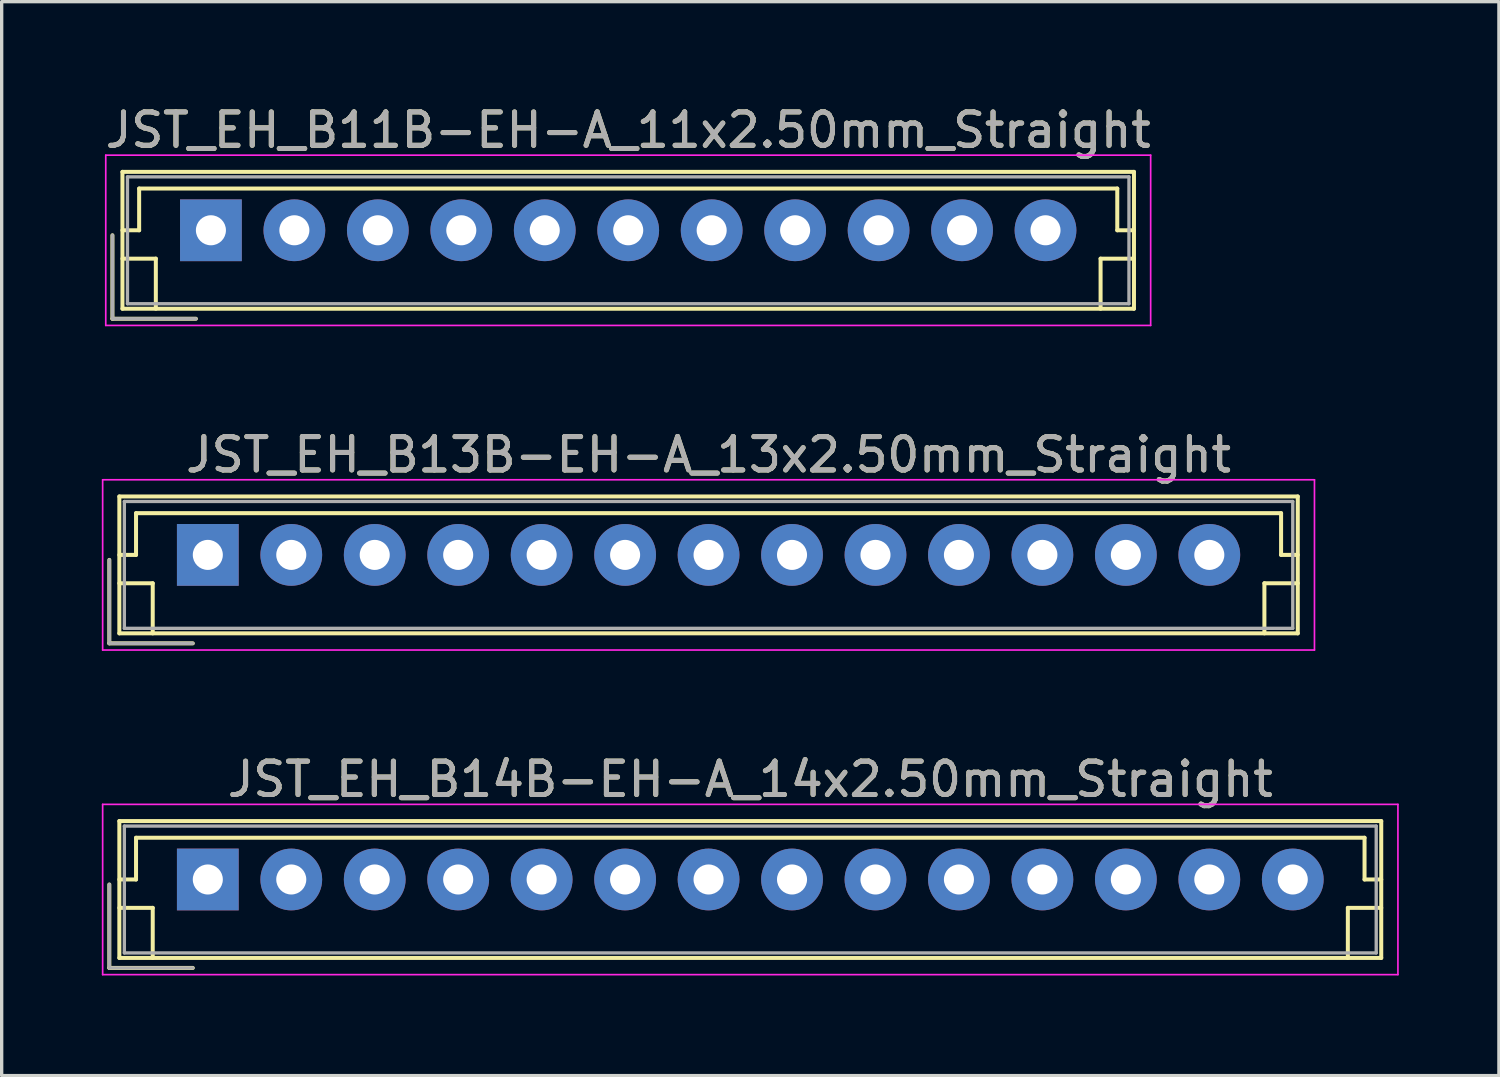
<source format=kicad_pcb>
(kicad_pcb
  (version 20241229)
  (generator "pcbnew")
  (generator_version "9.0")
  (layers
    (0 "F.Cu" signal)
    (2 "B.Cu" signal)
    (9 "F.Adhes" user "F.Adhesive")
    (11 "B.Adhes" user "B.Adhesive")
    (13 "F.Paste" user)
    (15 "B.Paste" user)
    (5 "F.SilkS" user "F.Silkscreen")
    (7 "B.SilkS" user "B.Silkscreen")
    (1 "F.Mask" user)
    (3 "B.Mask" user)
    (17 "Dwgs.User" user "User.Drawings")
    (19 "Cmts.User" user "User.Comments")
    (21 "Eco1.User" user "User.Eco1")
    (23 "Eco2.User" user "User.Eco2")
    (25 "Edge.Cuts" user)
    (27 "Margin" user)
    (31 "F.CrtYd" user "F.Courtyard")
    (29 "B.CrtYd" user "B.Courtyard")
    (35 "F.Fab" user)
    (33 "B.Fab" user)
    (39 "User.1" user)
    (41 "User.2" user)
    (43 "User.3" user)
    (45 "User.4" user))
  (footprint "JST_EH_B14B-EH-A_14x2.50mm_Straight"
    (layer "F.Cu")
    (at 3.175 23.295)
    (property "Reference" "JST_EH_B14B-EH-A_14x2.50mm_Straight" (at 16.25 -3 0) (layer "F.SilkS") (effects (font (size 1 1) (thickness 0.15))))
    (attr through_hole)
    (fp_line (start -2.95 0.15) (end -2.95 2.65) (stroke (width 0.12) (type solid)) (layer "F.SilkS"))
    (fp_line (start -2.95 2.65) (end -0.45 2.65) (stroke (width 0.12) (type solid)) (layer "F.SilkS"))
    (fp_line (start -2.65 -1.75) (end -2.65 2.35) (stroke (width 0.12) (type solid)) (layer "F.SilkS"))
    (fp_line (start -2.65 0) (end -2.15 0) (stroke (width 0.12) (type solid)) (layer "F.SilkS"))
    (fp_line (start -2.65 0.85) (end -1.65 0.85) (stroke (width 0.12) (type solid)) (layer "F.SilkS"))
    (fp_line (start -2.65 2.35) (end 35.15 2.35) (stroke (width 0.12) (type solid)) (layer "F.SilkS"))
    (fp_line (start -2.15 -1.25) (end 34.65 -1.25) (stroke (width 0.12) (type solid)) (layer "F.SilkS"))
    (fp_line (start -2.15 0) (end -2.15 -1.25) (stroke (width 0.12) (type solid)) (layer "F.SilkS"))
    (fp_line (start -1.65 0.85) (end -1.65 2.35) (stroke (width 0.12) (type solid)) (layer "F.SilkS"))
    (fp_line (start 34.15 0.85) (end 34.15 2.35) (stroke (width 0.12) (type solid)) (layer "F.SilkS"))
    (fp_line (start 34.65 -1.25) (end 34.65 0) (stroke (width 0.12) (type solid)) (layer "F.SilkS"))
    (fp_line (start 34.65 0) (end 35.15 0) (stroke (width 0.12) (type solid)) (layer "F.SilkS"))
    (fp_line (start 35.15 -1.75) (end -2.65 -1.75) (stroke (width 0.12) (type solid)) (layer "F.SilkS"))
    (fp_line (start 35.15 0.85) (end 34.15 0.85) (stroke (width 0.12) (type solid)) (layer "F.SilkS"))
    (fp_line (start 35.15 2.35) (end 35.15 -1.75) (stroke (width 0.12) (type solid)) (layer "F.SilkS"))
    (fp_line (start -3.15 -2.25) (end -3.15 2.85) (stroke (width 0.05) (type solid)) (layer "F.CrtYd"))
    (fp_line (start -3.15 2.85) (end 35.65 2.85) (stroke (width 0.05) (type solid)) (layer "F.CrtYd"))
    (fp_line (start 35.65 -2.25) (end -3.15 -2.25) (stroke (width 0.05) (type solid)) (layer "F.CrtYd"))
    (fp_line (start 35.65 2.85) (end 35.65 -2.25) (stroke (width 0.05) (type solid)) (layer "F.CrtYd"))
    (fp_line (start -2.95 0.15) (end -2.95 2.65) (stroke (width 0.1) (type solid)) (layer "F.Fab"))
    (fp_line (start -2.95 2.65) (end -0.45 2.65) (stroke (width 0.1) (type solid)) (layer "F.Fab"))
    (fp_line (start -2.5 -1.6) (end -2.5 2.2) (stroke (width 0.1) (type solid)) (layer "F.Fab"))
    (fp_line (start -2.5 2.2) (end 35 2.2) (stroke (width 0.1) (type solid)) (layer "F.Fab"))
    (fp_line (start 35 -1.6) (end -2.5 -1.6) (stroke (width 0.1) (type solid)) (layer "F.Fab"))
    (fp_line (start 35 2.2) (end 35 -1.6) (stroke (width 0.1) (type solid)) (layer "F.Fab"))
    (fp_text user "${REFERENCE}" (at 16.25 -3 0) (layer "F.Fab") (effects (font (size 1 1) (thickness 0.15))))
    (pad "1" thru_hole rect (at 0 0) (size 1.85 1.85) (drill 0.9) (layers "*.Cu" "*.Mask"))
    (pad "2" thru_hole circle (at 2.5 0) (size 1.85 1.85) (drill 0.9) (layers "*.Cu" "*.Mask"))
    (pad "3" thru_hole circle (at 5 0) (size 1.85 1.85) (drill 0.9) (layers "*.Cu" "*.Mask"))
    (pad "4" thru_hole circle (at 7.5 0) (size 1.85 1.85) (drill 0.9) (layers "*.Cu" "*.Mask"))
    (pad "5" thru_hole circle (at 10 0) (size 1.85 1.85) (drill 0.9) (layers "*.Cu" "*.Mask"))
    (pad "6" thru_hole circle (at 12.5 0) (size 1.85 1.85) (drill 0.9) (layers "*.Cu" "*.Mask"))
    (pad "7" thru_hole circle (at 15 0) (size 1.85 1.85) (drill 0.9) (layers "*.Cu" "*.Mask"))
    (pad "8" thru_hole circle (at 17.5 0) (size 1.85 1.85) (drill 0.9) (layers "*.Cu" "*.Mask"))
    (pad "9" thru_hole circle (at 20 0) (size 1.85 1.85) (drill 0.9) (layers "*.Cu" "*.Mask"))
    (pad "10" thru_hole circle (at 22.5 0) (size 1.85 1.85) (drill 0.9) (layers "*.Cu" "*.Mask"))
    (pad "11" thru_hole circle (at 25 0) (size 1.85 1.85) (drill 0.9) (layers "*.Cu" "*.Mask"))
    (pad "12" thru_hole circle (at 27.5 0) (size 1.85 1.85) (drill 0.9) (layers "*.Cu" "*.Mask"))
    (pad "13" thru_hole circle (at 30 0) (size 1.85 1.85) (drill 0.9) (layers "*.Cu" "*.Mask"))
    (pad "14" thru_hole circle (at 32.5 0) (size 1.85 1.85) (drill 0.9) (layers "*.Cu" "*.Mask")))
  (footprint "JST_EH_B13B-EH-A_13x2.50mm_Straight"
    (layer "F.Cu")
    (at 3.175 13.572)
    (property "Reference" "JST_EH_B13B-EH-A_13x2.50mm_Straight" (at 15 -3 0) (layer "F.SilkS") (effects (font (size 1 1) (thickness 0.15))))
    (attr through_hole)
    (fp_line (start -2.95 0.15) (end -2.95 2.65) (stroke (width 0.12) (type solid)) (layer "F.SilkS"))
    (fp_line (start -2.95 2.65) (end -0.45 2.65) (stroke (width 0.12) (type solid)) (layer "F.SilkS"))
    (fp_line (start -2.65 -1.75) (end -2.65 2.35) (stroke (width 0.12) (type solid)) (layer "F.SilkS"))
    (fp_line (start -2.65 0) (end -2.15 0) (stroke (width 0.12) (type solid)) (layer "F.SilkS"))
    (fp_line (start -2.65 0.85) (end -1.65 0.85) (stroke (width 0.12) (type solid)) (layer "F.SilkS"))
    (fp_line (start -2.65 2.35) (end 32.65 2.35) (stroke (width 0.12) (type solid)) (layer "F.SilkS"))
    (fp_line (start -2.15 -1.25) (end 32.15 -1.25) (stroke (width 0.12) (type solid)) (layer "F.SilkS"))
    (fp_line (start -2.15 0) (end -2.15 -1.25) (stroke (width 0.12) (type solid)) (layer "F.SilkS"))
    (fp_line (start -1.65 0.85) (end -1.65 2.35) (stroke (width 0.12) (type solid)) (layer "F.SilkS"))
    (fp_line (start 31.65 0.85) (end 31.65 2.35) (stroke (width 0.12) (type solid)) (layer "F.SilkS"))
    (fp_line (start 32.15 -1.25) (end 32.15 0) (stroke (width 0.12) (type solid)) (layer "F.SilkS"))
    (fp_line (start 32.15 0) (end 32.65 0) (stroke (width 0.12) (type solid)) (layer "F.SilkS"))
    (fp_line (start 32.65 -1.75) (end -2.65 -1.75) (stroke (width 0.12) (type solid)) (layer "F.SilkS"))
    (fp_line (start 32.65 0.85) (end 31.65 0.85) (stroke (width 0.12) (type solid)) (layer "F.SilkS"))
    (fp_line (start 32.65 2.35) (end 32.65 -1.75) (stroke (width 0.12) (type solid)) (layer "F.SilkS"))
    (fp_line (start -3.15 -2.25) (end -3.15 2.85) (stroke (width 0.05) (type solid)) (layer "F.CrtYd"))
    (fp_line (start -3.15 2.85) (end 33.15 2.85) (stroke (width 0.05) (type solid)) (layer "F.CrtYd"))
    (fp_line (start 33.15 -2.25) (end -3.15 -2.25) (stroke (width 0.05) (type solid)) (layer "F.CrtYd"))
    (fp_line (start 33.15 2.85) (end 33.15 -2.25) (stroke (width 0.05) (type solid)) (layer "F.CrtYd"))
    (fp_line (start -2.95 0.15) (end -2.95 2.65) (stroke (width 0.1) (type solid)) (layer "F.Fab"))
    (fp_line (start -2.95 2.65) (end -0.45 2.65) (stroke (width 0.1) (type solid)) (layer "F.Fab"))
    (fp_line (start -2.5 -1.6) (end -2.5 2.2) (stroke (width 0.1) (type solid)) (layer "F.Fab"))
    (fp_line (start -2.5 2.2) (end 32.5 2.2) (stroke (width 0.1) (type solid)) (layer "F.Fab"))
    (fp_line (start 32.5 -1.6) (end -2.5 -1.6) (stroke (width 0.1) (type solid)) (layer "F.Fab"))
    (fp_line (start 32.5 2.2) (end 32.5 -1.6) (stroke (width 0.1) (type solid)) (layer "F.Fab"))
    (fp_text user "${REFERENCE}" (at 15 -3 0) (layer "F.Fab") (effects (font (size 1 1) (thickness 0.15))))
    (pad "1" thru_hole rect (at 0 0) (size 1.85 1.85) (drill 0.9) (layers "*.Cu" "*.Mask"))
    (pad "2" thru_hole circle (at 2.5 0) (size 1.85 1.85) (drill 0.9) (layers "*.Cu" "*.Mask"))
    (pad "3" thru_hole circle (at 5 0) (size 1.85 1.85) (drill 0.9) (layers "*.Cu" "*.Mask"))
    (pad "4" thru_hole circle (at 7.5 0) (size 1.85 1.85) (drill 0.9) (layers "*.Cu" "*.Mask"))
    (pad "5" thru_hole circle (at 10 0) (size 1.85 1.85) (drill 0.9) (layers "*.Cu" "*.Mask"))
    (pad "6" thru_hole circle (at 12.5 0) (size 1.85 1.85) (drill 0.9) (layers "*.Cu" "*.Mask"))
    (pad "7" thru_hole circle (at 15 0) (size 1.85 1.85) (drill 0.9) (layers "*.Cu" "*.Mask"))
    (pad "8" thru_hole circle (at 17.5 0) (size 1.85 1.85) (drill 0.9) (layers "*.Cu" "*.Mask"))
    (pad "9" thru_hole circle (at 20 0) (size 1.85 1.85) (drill 0.9) (layers "*.Cu" "*.Mask"))
    (pad "10" thru_hole circle (at 22.5 0) (size 1.85 1.85) (drill 0.9) (layers "*.Cu" "*.Mask"))
    (pad "11" thru_hole circle (at 25 0) (size 1.85 1.85) (drill 0.9) (layers "*.Cu" "*.Mask"))
    (pad "12" thru_hole circle (at 27.5 0) (size 1.85 1.85) (drill 0.9) (layers "*.Cu" "*.Mask"))
    (pad "13" thru_hole circle (at 30 0) (size 1.85 1.85) (drill 0.9) (layers "*.Cu" "*.Mask")))
  (footprint "JST_EH_B11B-EH-A_11x2.50mm_Straight"
    (layer "F.Cu")
    (at 3.268 3.848)
    (property "Reference" "JST_EH_B11B-EH-A_11x2.50mm_Straight" (at 12.5 -3 0) (layer "F.SilkS") (effects (font (size 1 1) (thickness 0.15))))
    (attr through_hole)
    (fp_line (start -2.95 0.15) (end -2.95 2.65) (stroke (width 0.12) (type solid)) (layer "F.SilkS"))
    (fp_line (start -2.95 2.65) (end -0.45 2.65) (stroke (width 0.12) (type solid)) (layer "F.SilkS"))
    (fp_line (start -2.65 -1.75) (end -2.65 2.35) (stroke (width 0.12) (type solid)) (layer "F.SilkS"))
    (fp_line (start -2.65 0) (end -2.15 0) (stroke (width 0.12) (type solid)) (layer "F.SilkS"))
    (fp_line (start -2.65 0.85) (end -1.65 0.85) (stroke (width 0.12) (type solid)) (layer "F.SilkS"))
    (fp_line (start -2.65 2.35) (end 27.65 2.35) (stroke (width 0.12) (type solid)) (layer "F.SilkS"))
    (fp_line (start -2.15 -1.25) (end 27.15 -1.25) (stroke (width 0.12) (type solid)) (layer "F.SilkS"))
    (fp_line (start -2.15 0) (end -2.15 -1.25) (stroke (width 0.12) (type solid)) (layer "F.SilkS"))
    (fp_line (start -1.65 0.85) (end -1.65 2.35) (stroke (width 0.12) (type solid)) (layer "F.SilkS"))
    (fp_line (start 26.65 0.85) (end 26.65 2.35) (stroke (width 0.12) (type solid)) (layer "F.SilkS"))
    (fp_line (start 27.15 -1.25) (end 27.15 0) (stroke (width 0.12) (type solid)) (layer "F.SilkS"))
    (fp_line (start 27.15 0) (end 27.65 0) (stroke (width 0.12) (type solid)) (layer "F.SilkS"))
    (fp_line (start 27.65 -1.75) (end -2.65 -1.75) (stroke (width 0.12) (type solid)) (layer "F.SilkS"))
    (fp_line (start 27.65 0.85) (end 26.65 0.85) (stroke (width 0.12) (type solid)) (layer "F.SilkS"))
    (fp_line (start 27.65 2.35) (end 27.65 -1.75) (stroke (width 0.12) (type solid)) (layer "F.SilkS"))
    (fp_line (start -3.15 -2.25) (end -3.15 2.85) (stroke (width 0.05) (type solid)) (layer "F.CrtYd"))
    (fp_line (start -3.15 2.85) (end 28.15 2.85) (stroke (width 0.05) (type solid)) (layer "F.CrtYd"))
    (fp_line (start 28.15 -2.25) (end -3.15 -2.25) (stroke (width 0.05) (type solid)) (layer "F.CrtYd"))
    (fp_line (start 28.15 2.85) (end 28.15 -2.25) (stroke (width 0.05) (type solid)) (layer "F.CrtYd"))
    (fp_line (start -2.95 0.15) (end -2.95 2.65) (stroke (width 0.1) (type solid)) (layer "F.Fab"))
    (fp_line (start -2.95 2.65) (end -0.45 2.65) (stroke (width 0.1) (type solid)) (layer "F.Fab"))
    (fp_line (start -2.5 -1.6) (end -2.5 2.2) (stroke (width 0.1) (type solid)) (layer "F.Fab"))
    (fp_line (start -2.5 2.2) (end 27.5 2.2) (stroke (width 0.1) (type solid)) (layer "F.Fab"))
    (fp_line (start 27.5 -1.6) (end -2.5 -1.6) (stroke (width 0.1) (type solid)) (layer "F.Fab"))
    (fp_line (start 27.5 2.2) (end 27.5 -1.6) (stroke (width 0.1) (type solid)) (layer "F.Fab"))
    (fp_text user "${REFERENCE}" (at 12.5 -3 0) (layer "F.Fab") (effects (font (size 1 1) (thickness 0.15))))
    (pad "1" thru_hole rect (at 0 0) (size 1.85 1.85) (drill 0.9) (layers "*.Cu" "*.Mask"))
    (pad "2" thru_hole circle (at 2.5 0) (size 1.85 1.85) (drill 0.9) (layers "*.Cu" "*.Mask"))
    (pad "3" thru_hole circle (at 5 0) (size 1.85 1.85) (drill 0.9) (layers "*.Cu" "*.Mask"))
    (pad "4" thru_hole circle (at 7.5 0) (size 1.85 1.85) (drill 0.9) (layers "*.Cu" "*.Mask"))
    (pad "5" thru_hole circle (at 10 0) (size 1.85 1.85) (drill 0.9) (layers "*.Cu" "*.Mask"))
    (pad "6" thru_hole circle (at 12.5 0) (size 1.85 1.85) (drill 0.9) (layers "*.Cu" "*.Mask"))
    (pad "7" thru_hole circle (at 15 0) (size 1.85 1.85) (drill 0.9) (layers "*.Cu" "*.Mask"))
    (pad "8" thru_hole circle (at 17.5 0) (size 1.85 1.85) (drill 0.9) (layers "*.Cu" "*.Mask"))
    (pad "9" thru_hole circle (at 20 0) (size 1.85 1.85) (drill 0.9) (layers "*.Cu" "*.Mask"))
    (pad "10" thru_hole circle (at 22.5 0) (size 1.85 1.85) (drill 0.9) (layers "*.Cu" "*.Mask"))
    (pad "11" thru_hole circle (at 25 0) (size 1.85 1.85) (drill 0.9) (layers "*.Cu" "*.Mask")))
  (gr_rect
    (start -3 -3)
    (end 41.85 29.17)
    (stroke (width 0.1) (type default))
    (fill no)
    (layer "Edge.Cuts")))
</source>
